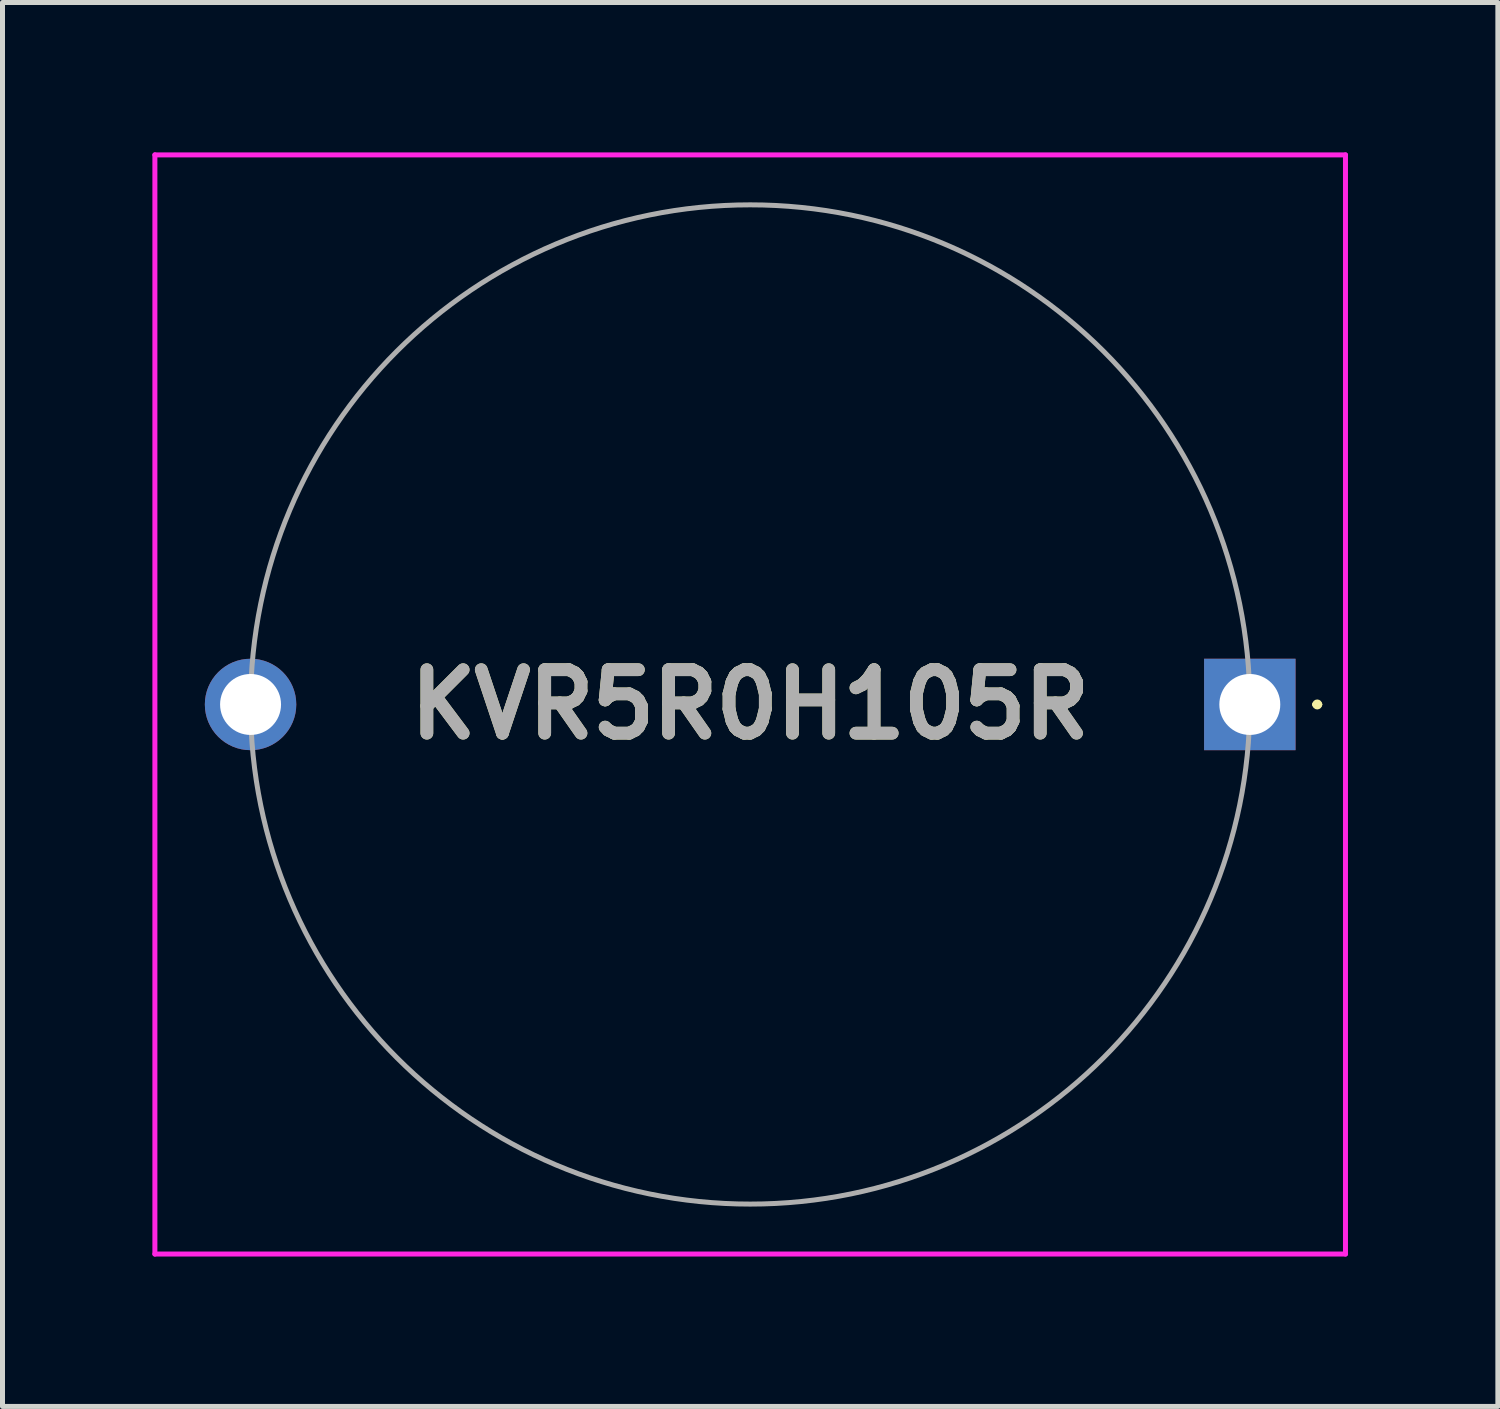
<source format=kicad_pcb>
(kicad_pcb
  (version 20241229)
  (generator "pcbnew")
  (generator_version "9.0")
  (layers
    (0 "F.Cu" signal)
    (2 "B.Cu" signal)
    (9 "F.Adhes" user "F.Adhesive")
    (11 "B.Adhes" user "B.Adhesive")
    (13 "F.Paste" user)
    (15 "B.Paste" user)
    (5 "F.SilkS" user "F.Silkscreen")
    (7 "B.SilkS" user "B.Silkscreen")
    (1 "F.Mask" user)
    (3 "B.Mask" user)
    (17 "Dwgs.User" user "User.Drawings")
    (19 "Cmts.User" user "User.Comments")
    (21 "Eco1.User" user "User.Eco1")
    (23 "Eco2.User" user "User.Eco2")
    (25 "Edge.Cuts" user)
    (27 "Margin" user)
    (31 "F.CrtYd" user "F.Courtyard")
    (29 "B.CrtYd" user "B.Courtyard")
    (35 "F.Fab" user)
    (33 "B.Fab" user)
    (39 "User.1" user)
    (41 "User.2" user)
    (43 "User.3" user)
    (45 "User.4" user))
  (footprint "KVR5R0H105R"
    (layer "F.Cu")
    (at 21.965 11.05)
    (property "Reference" "KVR5R0H105R" (at -10 0 0) (layer "F.SilkS") (effects (font (size 1.27 1.27) (thickness 0.254))))
    (attr through_hole)
    (fp_line (start 1.3 0) (end 1.3 0) (stroke (width 0.1) (type solid)) (layer "F.SilkS"))
    (fp_line (start 1.4 0) (end 1.4 0) (stroke (width 0.1) (type solid)) (layer "F.SilkS"))
    (fp_arc (start 1.3 0) (mid 1.35 -0.05) (end 1.4 0) (stroke (width 0.1) (type solid)) (layer "F.SilkS"))
    (fp_arc (start 1.4 0) (mid 1.35 0.05) (end 1.3 0) (stroke (width 0.1) (type solid)) (layer "F.SilkS"))
    (fp_line (start -21.915 -11) (end 1.915 -11) (stroke (width 0.1) (type solid)) (layer "F.CrtYd"))
    (fp_line (start -21.915 11) (end -21.915 -11) (stroke (width 0.1) (type solid)) (layer "F.CrtYd"))
    (fp_line (start 1.915 -11) (end 1.915 11) (stroke (width 0.1) (type solid)) (layer "F.CrtYd"))
    (fp_line (start 1.915 11) (end -21.915 11) (stroke (width 0.1) (type solid)) (layer "F.CrtYd"))
    (fp_line (start -20 0) (end -20 0) (stroke (width 0.1) (type solid)) (layer "F.Fab"))
    (fp_line (start 0 0) (end 0 0) (stroke (width 0.1) (type solid)) (layer "F.Fab"))
    (fp_arc (start -20 0) (mid -10 -10) (end 0 0) (stroke (width 0.1) (type solid)) (layer "F.Fab"))
    (fp_arc (start 0 0) (mid -10 10) (end -20 0) (stroke (width 0.1) (type solid)) (layer "F.Fab"))
    (fp_text user "${REFERENCE}" (at -10 0 0) (layer "F.Fab") (effects (font (size 1.27 1.27) (thickness 0.254))))
    (pad "1" thru_hole rect (at 0 0) (size 1.83 1.83) (drill 1.22) (layers "*.Cu" "*.Mask"))
    (pad "2" thru_hole circle (at -20 0) (size 1.83 1.83) (drill 1.22) (layers "*.Cu" "*.Mask")))
  (gr_rect
    (start -3 -3)
    (end 26.93 25.1)
    (stroke (width 0.1) (type default))
    (fill no)
    (layer "Edge.Cuts")))
</source>
